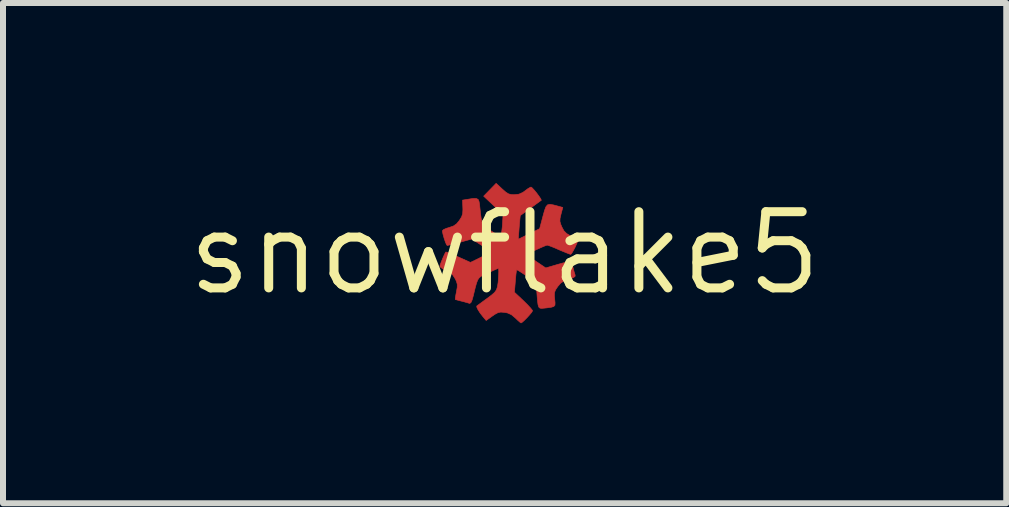
<source format=kicad_pcb>
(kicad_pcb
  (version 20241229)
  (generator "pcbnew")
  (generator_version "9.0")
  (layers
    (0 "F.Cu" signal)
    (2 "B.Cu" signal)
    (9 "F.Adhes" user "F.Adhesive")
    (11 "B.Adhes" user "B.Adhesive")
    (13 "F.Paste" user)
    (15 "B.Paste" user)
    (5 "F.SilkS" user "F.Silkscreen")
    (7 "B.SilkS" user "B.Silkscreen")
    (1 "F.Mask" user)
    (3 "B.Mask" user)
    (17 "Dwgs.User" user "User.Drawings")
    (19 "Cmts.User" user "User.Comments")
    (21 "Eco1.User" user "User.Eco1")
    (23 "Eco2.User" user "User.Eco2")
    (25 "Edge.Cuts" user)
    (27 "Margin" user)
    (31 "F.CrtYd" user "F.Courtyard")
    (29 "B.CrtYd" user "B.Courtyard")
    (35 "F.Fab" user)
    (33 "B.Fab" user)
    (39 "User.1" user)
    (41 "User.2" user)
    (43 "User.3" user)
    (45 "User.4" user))
  (footprint "snowflake5"
    (layer "F.Cu")
    (at 5.359 1.168)
    (property "Reference" "snowflake5" (at 0 0 0) (layer "F.SilkS") (effects (font (size 1.27 1.27) (thickness 0.15))))
    (attr through_hole)
    (fp_poly (pts (xy -0.039 -1.068) (xy 0.02 -1.016) (xy 0.067 -0.987) (xy 0.114 -0.975) (xy 0.16 -0.974) (xy 0.238 -0.982) (xy 0.303 -1.011) (xy 0.339 -1.037) (xy 0.39 -1.075) (xy 0.429 -1.097) (xy 0.44 -1.101) (xy 0.461 -1.086) (xy 0.496 -1.048) (xy 0.537 -0.998) (xy 0.575 -0.946) (xy 0.603 -0.904) (xy 0.612 -0.881) (xy 0.611 -0.88) (xy 0.593 -0.867) (xy 0.549 -0.835) (xy 0.489 -0.791) (xy 0.422 -0.743) (xy 0.357 -0.695) (xy 0.303 -0.656) (xy 0.269 -0.631) (xy 0.262 -0.626) (xy 0.259 -0.606) (xy 0.254 -0.553) (xy 0.247 -0.476) (xy 0.243 -0.428) (xy 0.228 -0.231) (xy 0.406 -0.319) (xy 0.584 -0.407) (xy 0.638 -0.611) (xy 0.665 -0.709) (xy 0.688 -0.771) (xy 0.715 -0.804) (xy 0.755 -0.813) (xy 0.814 -0.803) (xy 0.883 -0.785) (xy 0.97 -0.761) (xy 0.94 -0.648) (xy 0.924 -0.578) (xy 0.922 -0.529) (xy 0.936 -0.479) (xy 0.954 -0.436) (xy 0.989 -0.371) (xy 1.034 -0.326) (xy 1.105 -0.284) (xy 1.107 -0.283) (xy 1.167 -0.253) (xy 1.209 -0.231) (xy 1.223 -0.223) (xy 1.22 -0.201) (xy 1.201 -0.155) (xy 1.175 -0.097) (xy 1.145 -0.041) (xy 1.119 0.003) (xy 1.102 0.021) (xy 1.102 0.021) (xy 1.075 0.013) (xy 1.019 -0.009) (xy 0.944 -0.04) (xy 0.906 -0.056) (xy 0.826 -0.091) (xy 0.76 -0.117) (xy 0.718 -0.131) (xy 0.709 -0.133) (xy 0.681 -0.124) (xy 0.626 -0.101) (xy 0.552 -0.068) (xy 0.521 -0.054) (xy 0.355 0.025) (xy 0.521 0.136) (xy 0.686 0.247) (xy 0.887 0.188) (xy 0.973 0.164) (xy 1.044 0.147) (xy 1.09 0.138) (xy 1.102 0.138) (xy 1.116 0.163) (xy 1.133 0.214) (xy 1.14 0.24) (xy 1.157 0.305) (xy 1.172 0.355) (xy 1.176 0.367) (xy 1.174 0.389) (xy 1.145 0.409) (xy 1.082 0.431) (xy 1.07 0.435) (xy 0.99 0.463) (xy 0.934 0.501) (xy 0.886 0.557) (xy 0.849 0.612) (xy 0.832 0.657) (xy 0.83 0.712) (xy 0.835 0.767) (xy 0.841 0.829) (xy 0.839 0.868) (xy 0.819 0.89) (xy 0.775 0.903) (xy 0.7 0.913) (xy 0.662 0.917) (xy 0.619 0.921) (xy 0.589 0.917) (xy 0.569 0.899) (xy 0.557 0.859) (xy 0.548 0.791) (xy 0.54 0.689) (xy 0.539 0.674) (xy 0.525 0.491) (xy 0.367 0.381) (xy 0.297 0.334) (xy 0.241 0.298) (xy 0.207 0.28) (xy 0.201 0.279) (xy 0.196 0.302) (xy 0.189 0.357) (xy 0.182 0.434) (xy 0.179 0.469) (xy 0.164 0.652) (xy 0.315 0.794) (xy 0.379 0.857) (xy 0.43 0.912) (xy 0.46 0.949) (xy 0.466 0.961) (xy 0.452 0.986) (xy 0.417 1.028) (xy 0.372 1.078) (xy 0.326 1.124) (xy 0.289 1.156) (xy 0.274 1.164) (xy 0.255 1.151) (xy 0.215 1.116) (xy 0.18 1.082) (xy 0.113 1.026) (xy 0.047 0.997) (xy -0.003 0.988) (xy -0.063 0.983) (xy -0.109 0.992) (xy -0.16 1.019) (xy -0.204 1.049) (xy -0.307 1.123) (xy -0.362 1.058) (xy -0.407 1) (xy -0.443 0.944) (xy -0.463 0.901) (xy -0.464 0.882) (xy -0.444 0.867) (xy -0.398 0.833) (xy -0.334 0.786) (xy -0.292 0.756) (xy -0.218 0.7) (xy -0.167 0.656) (xy -0.136 0.612) (xy -0.118 0.557) (xy -0.107 0.482) (xy -0.1 0.376) (xy -0.1 0.376) (xy -0.097 0.31) (xy -0.099 0.266) (xy -0.103 0.254) (xy -0.126 0.262) (xy -0.178 0.285) (xy -0.249 0.317) (xy -0.28 0.331) (xy -0.345 0.362) (xy -0.391 0.386) (xy -0.423 0.411) (xy -0.447 0.446) (xy -0.467 0.497) (xy -0.488 0.572) (xy -0.514 0.679) (xy -0.52 0.705) (xy -0.542 0.783) (xy -0.561 0.825) (xy -0.58 0.838) (xy -0.588 0.837) (xy -0.627 0.825) (xy -0.688 0.808) (xy -0.717 0.801) (xy -0.776 0.786) (xy -0.814 0.775) (xy -0.822 0.772) (xy -0.821 0.75) (xy -0.813 0.699) (xy -0.802 0.643) (xy -0.789 0.569) (xy -0.789 0.519) (xy -0.802 0.472) (xy -0.824 0.426) (xy -0.866 0.361) (xy -0.919 0.317) (xy -0.975 0.29) (xy -1.034 0.26) (xy -1.071 0.232) (xy -1.079 0.219) (xy -1.071 0.189) (xy -1.051 0.136) (xy -1.025 0.073) (xy -0.999 0.016) (xy -0.98 -0.019) (xy -0.959 -0.014) (xy -0.909 0.005) (xy -0.837 0.035) (xy -0.772 0.064) (xy -0.569 0.155) (xy -0.401 0.073) (xy -0.326 0.036) (xy -0.268 0.004) (xy -0.237 -0.016) (xy -0.233 -0.02) (xy -0.25 -0.036) (xy -0.294 -0.069) (xy -0.358 -0.113) (xy -0.39 -0.134) (xy -0.546 -0.235) (xy -0.744 -0.181) (xy -0.83 -0.158) (xy -0.901 -0.14) (xy -0.946 -0.129) (xy -0.957 -0.127) (xy -0.97 -0.145) (xy -0.989 -0.191) (xy -1.009 -0.251) (xy -1.026 -0.312) (xy -1.036 -0.36) (xy -1.037 -0.372) (xy -1.018 -0.392) (xy -0.97 -0.413) (xy -0.927 -0.426) (xy -0.852 -0.452) (xy -0.8 -0.488) (xy -0.754 -0.544) (xy -0.717 -0.603) (xy -0.699 -0.656) (xy -0.695 -0.723) (xy -0.696 -0.758) (xy -0.701 -0.883) (xy -0.621 -0.896) (xy -0.531 -0.91) (xy -0.474 -0.911) (xy -0.441 -0.895) (xy -0.425 -0.857) (xy -0.415 -0.794) (xy -0.415 -0.788) (xy -0.402 -0.669) (xy -0.391 -0.584) (xy -0.38 -0.525) (xy -0.364 -0.484) (xy -0.34 -0.452) (xy -0.304 -0.424) (xy -0.253 -0.389) (xy -0.231 -0.374) (xy -0.162 -0.329) (xy -0.106 -0.297) (xy -0.071 -0.284) (xy -0.066 -0.284) (xy -0.056 -0.309) (xy -0.047 -0.366) (xy -0.038 -0.443) (xy -0.036 -0.471) (xy -0.025 -0.646) (xy -0.187 -0.797) (xy -0.349 -0.949) (xy -0.245 -1.056) (xy -0.141 -1.163) (xy -0.039 -1.068)) (stroke (width 0.01) (type solid)) (fill yes) (layer "F.Cu")))
  (gr_rect
    (start -3 -3)
    (end 13.719 5.337)
    (stroke (width 0.1) (type default))
    (fill no)
    (layer "Edge.Cuts")))
</source>
